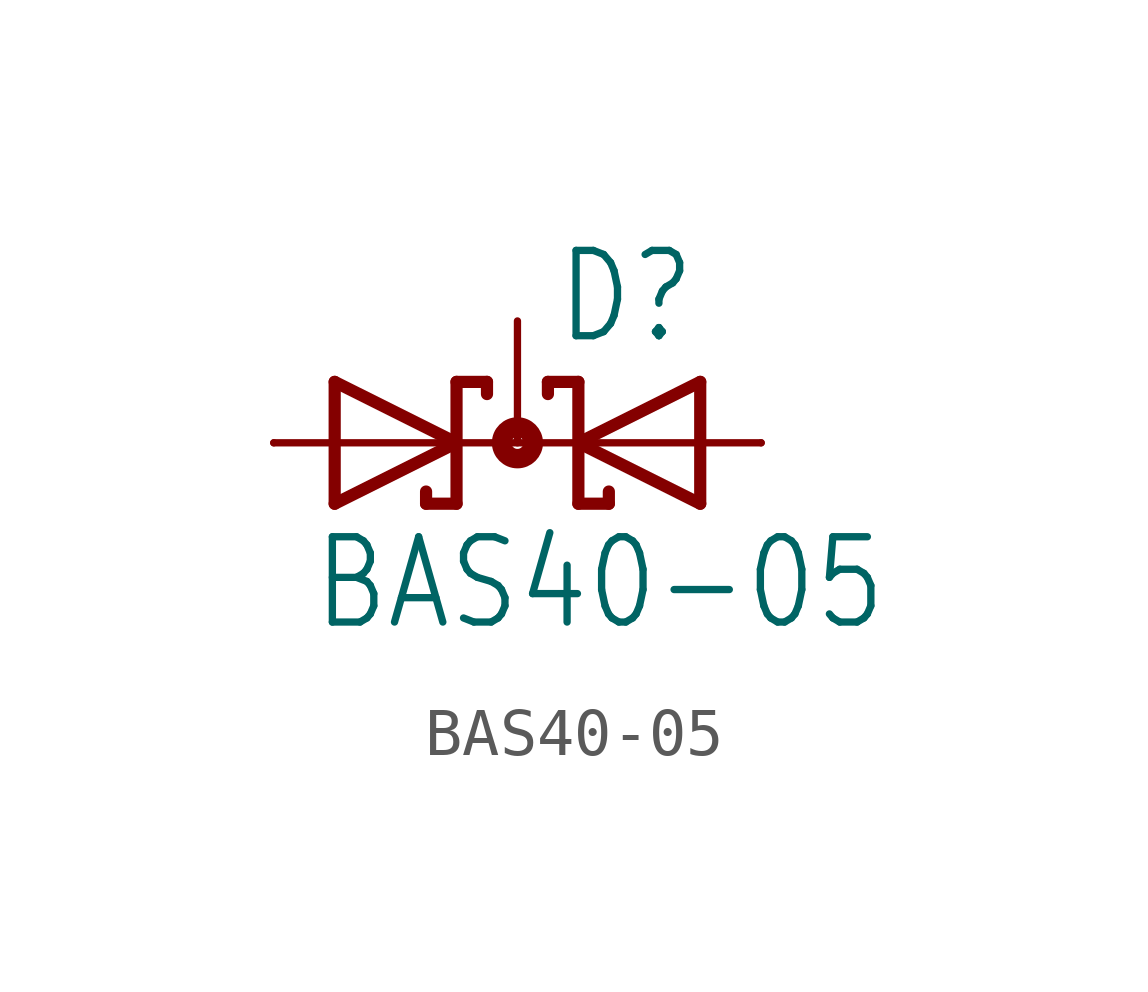
<source format=kicad_sym>
(kicad_symbol_lib
  (version 20211014)
  (generator kicad_symbol_editor)
  (symbol "BAS40-05"
    (property "Reference" "D"
      (at 0.762 2.007 0)
      (effects (font (size 1.778 1.511)) (justify left bottom)))
    (property "Value" "BAS40-05"
      (at -4.318 -3.962 0)
      (effects (font (size 1.778 1.511)) (justify left bottom)))
    (property "ki_locked" ""
      (at 0 0 0)
      (effects (font (size 1.27 1.27))))
    (symbol "BAS40-05_1_0"
      (polyline (pts (xy -5.08 0) (xy -3.81 0)) (stroke (width 0.152) (type default) (color 0 0 0 0)) (fill (type none)))
      (polyline (pts (xy -3.81 -1.27) (xy -1.27 0)) (stroke (width 0.254) (type default) (color 0 0 0 0)) (fill (type none)))
      (polyline (pts (xy -3.81 0) (xy -3.81 -1.27)) (stroke (width 0.254) (type default) (color 0 0 0 0)) (fill (type none)))
      (polyline (pts (xy -3.81 0) (xy -1.27 0)) (stroke (width 0.152) (type default) (color 0 0 0 0)) (fill (type none)))
      (polyline (pts (xy -3.81 1.27) (xy -3.81 0)) (stroke (width 0.254) (type default) (color 0 0 0 0)) (fill (type none)))
      (polyline (pts (xy -1.905 -1.016) (xy -1.905 -1.27)) (stroke (width 0.254) (type default) (color 0 0 0 0)) (fill (type none)))
      (polyline (pts (xy -1.27 -1.27) (xy -1.905 -1.27)) (stroke (width 0.254) (type default) (color 0 0 0 0)) (fill (type none)))
      (polyline (pts (xy -1.27 0) (xy -3.81 1.27)) (stroke (width 0.254) (type default) (color 0 0 0 0)) (fill (type none)))
      (polyline (pts (xy -1.27 0) (xy -1.27 -1.27)) (stroke (width 0.254) (type default) (color 0 0 0 0)) (fill (type none)))
      (polyline (pts (xy -1.27 0) (xy 1.27 0)) (stroke (width 0.152) (type default) (color 0 0 0 0)) (fill (type none)))
      (polyline (pts (xy -1.27 1.27) (xy -1.27 0)) (stroke (width 0.254) (type default) (color 0 0 0 0)) (fill (type none)))
      (polyline (pts (xy -0.635 1.016) (xy -0.635 1.27)) (stroke (width 0.254) (type default) (color 0 0 0 0)) (fill (type none)))
      (polyline (pts (xy -0.635 1.27) (xy -1.27 1.27)) (stroke (width 0.254) (type default) (color 0 0 0 0)) (fill (type none)))
      (polyline (pts (xy 0.635 1.016) (xy 0.635 1.27)) (stroke (width 0.254) (type default) (color 0 0 0 0)) (fill (type none)))
      (polyline (pts (xy 1.27 -1.27) (xy 1.27 0)) (stroke (width 0.254) (type default) (color 0 0 0 0)) (fill (type none)))
      (polyline (pts (xy 1.27 0) (xy 1.27 1.27)) (stroke (width 0.254) (type default) (color 0 0 0 0)) (fill (type none)))
      (polyline (pts (xy 1.27 0) (xy 3.81 -1.27)) (stroke (width 0.254) (type default) (color 0 0 0 0)) (fill (type none)))
      (polyline (pts (xy 1.27 0) (xy 3.81 0)) (stroke (width 0.152) (type default) (color 0 0 0 0)) (fill (type none)))
      (polyline (pts (xy 1.27 1.27) (xy 0.635 1.27)) (stroke (width 0.254) (type default) (color 0 0 0 0)) (fill (type none)))
      (polyline (pts (xy 1.905 -1.27) (xy 1.27 -1.27)) (stroke (width 0.254) (type default) (color 0 0 0 0)) (fill (type none)))
      (polyline (pts (xy 1.905 -1.016) (xy 1.905 -1.27)) (stroke (width 0.254) (type default) (color 0 0 0 0)) (fill (type none)))
      (polyline (pts (xy 3.81 -1.27) (xy 3.81 0)) (stroke (width 0.254) (type default) (color 0 0 0 0)) (fill (type none)))
      (polyline (pts (xy 3.81 0) (xy 3.81 1.27)) (stroke (width 0.254) (type default) (color 0 0 0 0)) (fill (type none)))
      (polyline (pts (xy 3.81 0) (xy 5.08 0)) (stroke (width 0.152) (type default) (color 0 0 0 0)) (fill (type none)))
      (polyline (pts (xy 3.81 1.27) (xy 1.27 0)) (stroke (width 0.254) (type default) (color 0 0 0 0)) (fill (type none)))
      (circle (center 0 0) (radius 0.127) (stroke (width 0.406) (type default) (color 0 0 0 0)) (fill (type none)))
      (pin passive line (at -5.08 0 0) (length 0) (name "A1" (effects (font (size 0 0)))) (number "1" (effects (font (size 0 0)))))
      (pin passive line (at 5.08 0 180) (length 0) (name "A2" (effects (font (size 0 0)))) (number "2" (effects (font (size 0 0)))))
      (pin passive line (at 0 2.54 270) (length 2.54) (name "C" (effects (font (size 0 0)))) (number "3" (effects (font (size 0 0))))))))
</source>
